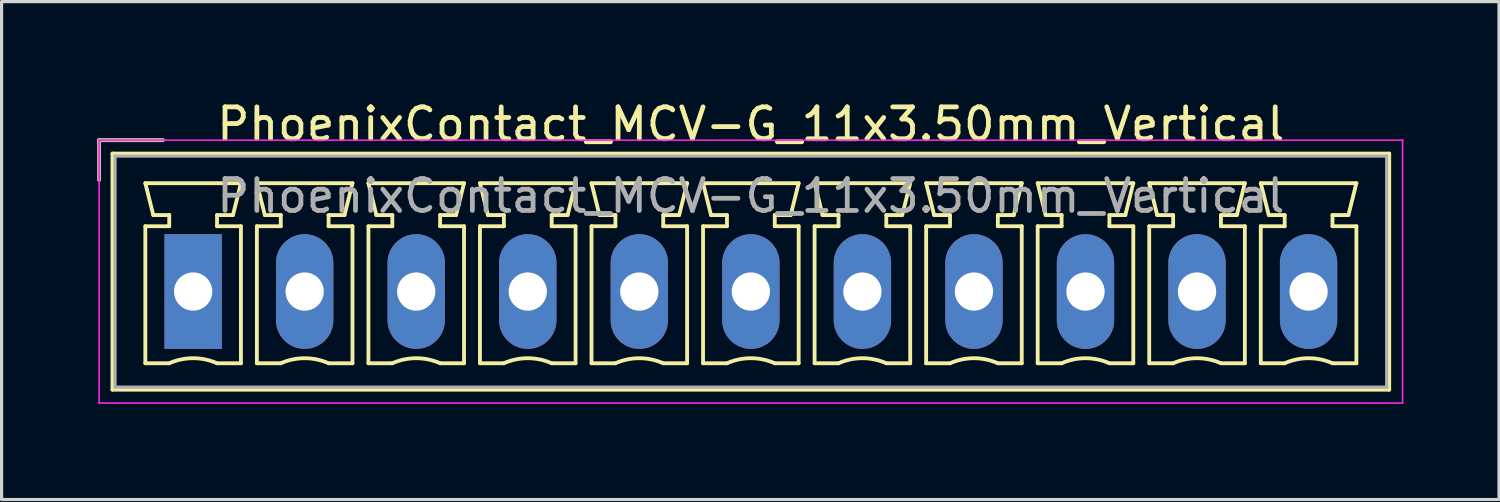
<source format=kicad_pcb>
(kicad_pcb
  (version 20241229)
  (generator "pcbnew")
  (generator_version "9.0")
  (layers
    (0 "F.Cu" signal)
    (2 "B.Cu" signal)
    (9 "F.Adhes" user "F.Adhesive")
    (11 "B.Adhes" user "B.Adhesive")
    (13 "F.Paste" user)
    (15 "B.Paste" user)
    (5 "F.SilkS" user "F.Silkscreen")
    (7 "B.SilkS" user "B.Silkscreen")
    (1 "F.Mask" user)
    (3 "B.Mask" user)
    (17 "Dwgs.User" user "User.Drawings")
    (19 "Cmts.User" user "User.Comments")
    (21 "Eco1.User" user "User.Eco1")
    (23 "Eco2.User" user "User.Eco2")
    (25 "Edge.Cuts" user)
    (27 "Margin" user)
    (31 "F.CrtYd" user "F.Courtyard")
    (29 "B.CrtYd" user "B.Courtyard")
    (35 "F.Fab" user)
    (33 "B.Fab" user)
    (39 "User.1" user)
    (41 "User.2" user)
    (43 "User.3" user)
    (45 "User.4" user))
  (footprint "PhoenixContact_MCV-G_11x3.50mm_Vertical"
    (layer "F.Cu")
    (at 3.01 6.098)
    (property "Reference" "PhoenixContact_MCV-G_11x3.50mm_Vertical" (at 17.5 -5.25 0) (layer "F.SilkS") (effects (font (size 1 1) (thickness 0.15))))
    (attr through_hole)
    (fp_line (start -2.95 -4.75) (end -0.95 -4.75) (stroke (width 0.12) (type solid)) (layer "F.SilkS"))
    (fp_line (start -2.95 -3.5) (end -2.95 -4.75) (stroke (width 0.12) (type solid)) (layer "F.SilkS"))
    (fp_line (start -2.53 -4.33) (end -2.53 3.08) (stroke (width 0.12) (type solid)) (layer "F.SilkS"))
    (fp_line (start -2.53 3.08) (end 37.53 3.08) (stroke (width 0.12) (type solid)) (layer "F.SilkS"))
    (fp_line (start -1.5 -3.4) (end 1.5 -3.4) (stroke (width 0.12) (type solid)) (layer "F.SilkS"))
    (fp_line (start -1.5 -2.05) (end -0.75 -2.05) (stroke (width 0.12) (type solid)) (layer "F.SilkS"))
    (fp_line (start -1.5 2.25) (end -1.5 -2.05) (stroke (width 0.12) (type solid)) (layer "F.SilkS"))
    (fp_line (start -1.25 -2.4) (end -1.5 -3.4) (stroke (width 0.12) (type solid)) (layer "F.SilkS"))
    (fp_line (start -0.75 -2.4) (end -1.25 -2.4) (stroke (width 0.12) (type solid)) (layer "F.SilkS"))
    (fp_line (start -0.75 -2.05) (end -0.75 -2.4) (stroke (width 0.12) (type solid)) (layer "F.SilkS"))
    (fp_line (start -0.75 2.25) (end -1.5 2.25) (stroke (width 0.12) (type solid)) (layer "F.SilkS"))
    (fp_line (start 0.75 -2.4) (end 0.75 -2.05) (stroke (width 0.12) (type solid)) (layer "F.SilkS"))
    (fp_line (start 0.75 -2.05) (end 1.5 -2.05) (stroke (width 0.12) (type solid)) (layer "F.SilkS"))
    (fp_line (start 1.25 -2.4) (end 0.75 -2.4) (stroke (width 0.12) (type solid)) (layer "F.SilkS"))
    (fp_line (start 1.5 -3.4) (end 1.25 -2.4) (stroke (width 0.12) (type solid)) (layer "F.SilkS"))
    (fp_line (start 1.5 -2.05) (end 1.5 2.25) (stroke (width 0.12) (type solid)) (layer "F.SilkS"))
    (fp_line (start 1.5 2.25) (end 0.75 2.25) (stroke (width 0.12) (type solid)) (layer "F.SilkS"))
    (fp_line (start 2 -3.4) (end 5 -3.4) (stroke (width 0.12) (type solid)) (layer "F.SilkS"))
    (fp_line (start 2 -2.05) (end 2.75 -2.05) (stroke (width 0.12) (type solid)) (layer "F.SilkS"))
    (fp_line (start 2 2.25) (end 2 -2.05) (stroke (width 0.12) (type solid)) (layer "F.SilkS"))
    (fp_line (start 2.25 -2.4) (end 2 -3.4) (stroke (width 0.12) (type solid)) (layer "F.SilkS"))
    (fp_line (start 2.75 -2.4) (end 2.25 -2.4) (stroke (width 0.12) (type solid)) (layer "F.SilkS"))
    (fp_line (start 2.75 -2.05) (end 2.75 -2.4) (stroke (width 0.12) (type solid)) (layer "F.SilkS"))
    (fp_line (start 2.75 2.25) (end 2 2.25) (stroke (width 0.12) (type solid)) (layer "F.SilkS"))
    (fp_line (start 4.25 -2.4) (end 4.25 -2.05) (stroke (width 0.12) (type solid)) (layer "F.SilkS"))
    (fp_line (start 4.25 -2.05) (end 5 -2.05) (stroke (width 0.12) (type solid)) (layer "F.SilkS"))
    (fp_line (start 4.75 -2.4) (end 4.25 -2.4) (stroke (width 0.12) (type solid)) (layer "F.SilkS"))
    (fp_line (start 5 -3.4) (end 4.75 -2.4) (stroke (width 0.12) (type solid)) (layer "F.SilkS"))
    (fp_line (start 5 -2.05) (end 5 2.25) (stroke (width 0.12) (type solid)) (layer "F.SilkS"))
    (fp_line (start 5 2.25) (end 4.25 2.25) (stroke (width 0.12) (type solid)) (layer "F.SilkS"))
    (fp_line (start 5.5 -3.4) (end 8.5 -3.4) (stroke (width 0.12) (type solid)) (layer "F.SilkS"))
    (fp_line (start 5.5 -2.05) (end 6.25 -2.05) (stroke (width 0.12) (type solid)) (layer "F.SilkS"))
    (fp_line (start 5.5 2.25) (end 5.5 -2.05) (stroke (width 0.12) (type solid)) (layer "F.SilkS"))
    (fp_line (start 5.75 -2.4) (end 5.5 -3.4) (stroke (width 0.12) (type solid)) (layer "F.SilkS"))
    (fp_line (start 6.25 -2.4) (end 5.75 -2.4) (stroke (width 0.12) (type solid)) (layer "F.SilkS"))
    (fp_line (start 6.25 -2.05) (end 6.25 -2.4) (stroke (width 0.12) (type solid)) (layer "F.SilkS"))
    (fp_line (start 6.25 2.25) (end 5.5 2.25) (stroke (width 0.12) (type solid)) (layer "F.SilkS"))
    (fp_line (start 7.75 -2.4) (end 7.75 -2.05) (stroke (width 0.12) (type solid)) (layer "F.SilkS"))
    (fp_line (start 7.75 -2.05) (end 8.5 -2.05) (stroke (width 0.12) (type solid)) (layer "F.SilkS"))
    (fp_line (start 8.25 -2.4) (end 7.75 -2.4) (stroke (width 0.12) (type solid)) (layer "F.SilkS"))
    (fp_line (start 8.5 -3.4) (end 8.25 -2.4) (stroke (width 0.12) (type solid)) (layer "F.SilkS"))
    (fp_line (start 8.5 -2.05) (end 8.5 2.25) (stroke (width 0.12) (type solid)) (layer "F.SilkS"))
    (fp_line (start 8.5 2.25) (end 7.75 2.25) (stroke (width 0.12) (type solid)) (layer "F.SilkS"))
    (fp_line (start 9 -3.4) (end 12 -3.4) (stroke (width 0.12) (type solid)) (layer "F.SilkS"))
    (fp_line (start 9 -2.05) (end 9.75 -2.05) (stroke (width 0.12) (type solid)) (layer "F.SilkS"))
    (fp_line (start 9 2.25) (end 9 -2.05) (stroke (width 0.12) (type solid)) (layer "F.SilkS"))
    (fp_line (start 9.25 -2.4) (end 9 -3.4) (stroke (width 0.12) (type solid)) (layer "F.SilkS"))
    (fp_line (start 9.75 -2.4) (end 9.25 -2.4) (stroke (width 0.12) (type solid)) (layer "F.SilkS"))
    (fp_line (start 9.75 -2.05) (end 9.75 -2.4) (stroke (width 0.12) (type solid)) (layer "F.SilkS"))
    (fp_line (start 9.75 2.25) (end 9 2.25) (stroke (width 0.12) (type solid)) (layer "F.SilkS"))
    (fp_line (start 11.25 -2.4) (end 11.25 -2.05) (stroke (width 0.12) (type solid)) (layer "F.SilkS"))
    (fp_line (start 11.25 -2.05) (end 12 -2.05) (stroke (width 0.12) (type solid)) (layer "F.SilkS"))
    (fp_line (start 11.75 -2.4) (end 11.25 -2.4) (stroke (width 0.12) (type solid)) (layer "F.SilkS"))
    (fp_line (start 12 -3.4) (end 11.75 -2.4) (stroke (width 0.12) (type solid)) (layer "F.SilkS"))
    (fp_line (start 12 -2.05) (end 12 2.25) (stroke (width 0.12) (type solid)) (layer "F.SilkS"))
    (fp_line (start 12 2.25) (end 11.25 2.25) (stroke (width 0.12) (type solid)) (layer "F.SilkS"))
    (fp_line (start 12.5 -3.4) (end 15.5 -3.4) (stroke (width 0.12) (type solid)) (layer "F.SilkS"))
    (fp_line (start 12.5 -2.05) (end 13.25 -2.05) (stroke (width 0.12) (type solid)) (layer "F.SilkS"))
    (fp_line (start 12.5 2.25) (end 12.5 -2.05) (stroke (width 0.12) (type solid)) (layer "F.SilkS"))
    (fp_line (start 12.75 -2.4) (end 12.5 -3.4) (stroke (width 0.12) (type solid)) (layer "F.SilkS"))
    (fp_line (start 13.25 -2.4) (end 12.75 -2.4) (stroke (width 0.12) (type solid)) (layer "F.SilkS"))
    (fp_line (start 13.25 -2.05) (end 13.25 -2.4) (stroke (width 0.12) (type solid)) (layer "F.SilkS"))
    (fp_line (start 13.25 2.25) (end 12.5 2.25) (stroke (width 0.12) (type solid)) (layer "F.SilkS"))
    (fp_line (start 14.75 -2.4) (end 14.75 -2.05) (stroke (width 0.12) (type solid)) (layer "F.SilkS"))
    (fp_line (start 14.75 -2.05) (end 15.5 -2.05) (stroke (width 0.12) (type solid)) (layer "F.SilkS"))
    (fp_line (start 15.25 -2.4) (end 14.75 -2.4) (stroke (width 0.12) (type solid)) (layer "F.SilkS"))
    (fp_line (start 15.5 -3.4) (end 15.25 -2.4) (stroke (width 0.12) (type solid)) (layer "F.SilkS"))
    (fp_line (start 15.5 -2.05) (end 15.5 2.25) (stroke (width 0.12) (type solid)) (layer "F.SilkS"))
    (fp_line (start 15.5 2.25) (end 14.75 2.25) (stroke (width 0.12) (type solid)) (layer "F.SilkS"))
    (fp_line (start 16 -3.4) (end 19 -3.4) (stroke (width 0.12) (type solid)) (layer "F.SilkS"))
    (fp_line (start 16 -2.05) (end 16.75 -2.05) (stroke (width 0.12) (type solid)) (layer "F.SilkS"))
    (fp_line (start 16 2.25) (end 16 -2.05) (stroke (width 0.12) (type solid)) (layer "F.SilkS"))
    (fp_line (start 16.25 -2.4) (end 16 -3.4) (stroke (width 0.12) (type solid)) (layer "F.SilkS"))
    (fp_line (start 16.75 -2.4) (end 16.25 -2.4) (stroke (width 0.12) (type solid)) (layer "F.SilkS"))
    (fp_line (start 16.75 -2.05) (end 16.75 -2.4) (stroke (width 0.12) (type solid)) (layer "F.SilkS"))
    (fp_line (start 16.75 2.25) (end 16 2.25) (stroke (width 0.12) (type solid)) (layer "F.SilkS"))
    (fp_line (start 18.25 -2.4) (end 18.25 -2.05) (stroke (width 0.12) (type solid)) (layer "F.SilkS"))
    (fp_line (start 18.25 -2.05) (end 19 -2.05) (stroke (width 0.12) (type solid)) (layer "F.SilkS"))
    (fp_line (start 18.75 -2.4) (end 18.25 -2.4) (stroke (width 0.12) (type solid)) (layer "F.SilkS"))
    (fp_line (start 19 -3.4) (end 18.75 -2.4) (stroke (width 0.12) (type solid)) (layer "F.SilkS"))
    (fp_line (start 19 -2.05) (end 19 2.25) (stroke (width 0.12) (type solid)) (layer "F.SilkS"))
    (fp_line (start 19 2.25) (end 18.25 2.25) (stroke (width 0.12) (type solid)) (layer "F.SilkS"))
    (fp_line (start 19.5 -3.4) (end 22.5 -3.4) (stroke (width 0.12) (type solid)) (layer "F.SilkS"))
    (fp_line (start 19.5 -2.05) (end 20.25 -2.05) (stroke (width 0.12) (type solid)) (layer "F.SilkS"))
    (fp_line (start 19.5 2.25) (end 19.5 -2.05) (stroke (width 0.12) (type solid)) (layer "F.SilkS"))
    (fp_line (start 19.75 -2.4) (end 19.5 -3.4) (stroke (width 0.12) (type solid)) (layer "F.SilkS"))
    (fp_line (start 20.25 -2.4) (end 19.75 -2.4) (stroke (width 0.12) (type solid)) (layer "F.SilkS"))
    (fp_line (start 20.25 -2.05) (end 20.25 -2.4) (stroke (width 0.12) (type solid)) (layer "F.SilkS"))
    (fp_line (start 20.25 2.25) (end 19.5 2.25) (stroke (width 0.12) (type solid)) (layer "F.SilkS"))
    (fp_line (start 21.75 -2.4) (end 21.75 -2.05) (stroke (width 0.12) (type solid)) (layer "F.SilkS"))
    (fp_line (start 21.75 -2.05) (end 22.5 -2.05) (stroke (width 0.12) (type solid)) (layer "F.SilkS"))
    (fp_line (start 22.25 -2.4) (end 21.75 -2.4) (stroke (width 0.12) (type solid)) (layer "F.SilkS"))
    (fp_line (start 22.5 -3.4) (end 22.25 -2.4) (stroke (width 0.12) (type solid)) (layer "F.SilkS"))
    (fp_line (start 22.5 -2.05) (end 22.5 2.25) (stroke (width 0.12) (type solid)) (layer "F.SilkS"))
    (fp_line (start 22.5 2.25) (end 21.75 2.25) (stroke (width 0.12) (type solid)) (layer "F.SilkS"))
    (fp_line (start 23 -3.4) (end 26 -3.4) (stroke (width 0.12) (type solid)) (layer "F.SilkS"))
    (fp_line (start 23 -2.05) (end 23.75 -2.05) (stroke (width 0.12) (type solid)) (layer "F.SilkS"))
    (fp_line (start 23 2.25) (end 23 -2.05) (stroke (width 0.12) (type solid)) (layer "F.SilkS"))
    (fp_line (start 23.25 -2.4) (end 23 -3.4) (stroke (width 0.12) (type solid)) (layer "F.SilkS"))
    (fp_line (start 23.75 -2.4) (end 23.25 -2.4) (stroke (width 0.12) (type solid)) (layer "F.SilkS"))
    (fp_line (start 23.75 -2.05) (end 23.75 -2.4) (stroke (width 0.12) (type solid)) (layer "F.SilkS"))
    (fp_line (start 23.75 2.25) (end 23 2.25) (stroke (width 0.12) (type solid)) (layer "F.SilkS"))
    (fp_line (start 25.25 -2.4) (end 25.25 -2.05) (stroke (width 0.12) (type solid)) (layer "F.SilkS"))
    (fp_line (start 25.25 -2.05) (end 26 -2.05) (stroke (width 0.12) (type solid)) (layer "F.SilkS"))
    (fp_line (start 25.75 -2.4) (end 25.25 -2.4) (stroke (width 0.12) (type solid)) (layer "F.SilkS"))
    (fp_line (start 26 -3.4) (end 25.75 -2.4) (stroke (width 0.12) (type solid)) (layer "F.SilkS"))
    (fp_line (start 26 -2.05) (end 26 2.25) (stroke (width 0.12) (type solid)) (layer "F.SilkS"))
    (fp_line (start 26 2.25) (end 25.25 2.25) (stroke (width 0.12) (type solid)) (layer "F.SilkS"))
    (fp_line (start 26.5 -3.4) (end 29.5 -3.4) (stroke (width 0.12) (type solid)) (layer "F.SilkS"))
    (fp_line (start 26.5 -2.05) (end 27.25 -2.05) (stroke (width 0.12) (type solid)) (layer "F.SilkS"))
    (fp_line (start 26.5 2.25) (end 26.5 -2.05) (stroke (width 0.12) (type solid)) (layer "F.SilkS"))
    (fp_line (start 26.75 -2.4) (end 26.5 -3.4) (stroke (width 0.12) (type solid)) (layer "F.SilkS"))
    (fp_line (start 27.25 -2.4) (end 26.75 -2.4) (stroke (width 0.12) (type solid)) (layer "F.SilkS"))
    (fp_line (start 27.25 -2.05) (end 27.25 -2.4) (stroke (width 0.12) (type solid)) (layer "F.SilkS"))
    (fp_line (start 27.25 2.25) (end 26.5 2.25) (stroke (width 0.12) (type solid)) (layer "F.SilkS"))
    (fp_line (start 28.75 -2.4) (end 28.75 -2.05) (stroke (width 0.12) (type solid)) (layer "F.SilkS"))
    (fp_line (start 28.75 -2.05) (end 29.5 -2.05) (stroke (width 0.12) (type solid)) (layer "F.SilkS"))
    (fp_line (start 29.25 -2.4) (end 28.75 -2.4) (stroke (width 0.12) (type solid)) (layer "F.SilkS"))
    (fp_line (start 29.5 -3.4) (end 29.25 -2.4) (stroke (width 0.12) (type solid)) (layer "F.SilkS"))
    (fp_line (start 29.5 -2.05) (end 29.5 2.25) (stroke (width 0.12) (type solid)) (layer "F.SilkS"))
    (fp_line (start 29.5 2.25) (end 28.75 2.25) (stroke (width 0.12) (type solid)) (layer "F.SilkS"))
    (fp_line (start 30 -3.4) (end 33 -3.4) (stroke (width 0.12) (type solid)) (layer "F.SilkS"))
    (fp_line (start 30 -2.05) (end 30.75 -2.05) (stroke (width 0.12) (type solid)) (layer "F.SilkS"))
    (fp_line (start 30 2.25) (end 30 -2.05) (stroke (width 0.12) (type solid)) (layer "F.SilkS"))
    (fp_line (start 30.25 -2.4) (end 30 -3.4) (stroke (width 0.12) (type solid)) (layer "F.SilkS"))
    (fp_line (start 30.75 -2.4) (end 30.25 -2.4) (stroke (width 0.12) (type solid)) (layer "F.SilkS"))
    (fp_line (start 30.75 -2.05) (end 30.75 -2.4) (stroke (width 0.12) (type solid)) (layer "F.SilkS"))
    (fp_line (start 30.75 2.25) (end 30 2.25) (stroke (width 0.12) (type solid)) (layer "F.SilkS"))
    (fp_line (start 32.25 -2.4) (end 32.25 -2.05) (stroke (width 0.12) (type solid)) (layer "F.SilkS"))
    (fp_line (start 32.25 -2.05) (end 33 -2.05) (stroke (width 0.12) (type solid)) (layer "F.SilkS"))
    (fp_line (start 32.75 -2.4) (end 32.25 -2.4) (stroke (width 0.12) (type solid)) (layer "F.SilkS"))
    (fp_line (start 33 -3.4) (end 32.75 -2.4) (stroke (width 0.12) (type solid)) (layer "F.SilkS"))
    (fp_line (start 33 -2.05) (end 33 2.25) (stroke (width 0.12) (type solid)) (layer "F.SilkS"))
    (fp_line (start 33 2.25) (end 32.25 2.25) (stroke (width 0.12) (type solid)) (layer "F.SilkS"))
    (fp_line (start 33.5 -3.4) (end 36.5 -3.4) (stroke (width 0.12) (type solid)) (layer "F.SilkS"))
    (fp_line (start 33.5 -2.05) (end 34.25 -2.05) (stroke (width 0.12) (type solid)) (layer "F.SilkS"))
    (fp_line (start 33.5 2.25) (end 33.5 -2.05) (stroke (width 0.12) (type solid)) (layer "F.SilkS"))
    (fp_line (start 33.75 -2.4) (end 33.5 -3.4) (stroke (width 0.12) (type solid)) (layer "F.SilkS"))
    (fp_line (start 34.25 -2.4) (end 33.75 -2.4) (stroke (width 0.12) (type solid)) (layer "F.SilkS"))
    (fp_line (start 34.25 -2.05) (end 34.25 -2.4) (stroke (width 0.12) (type solid)) (layer "F.SilkS"))
    (fp_line (start 34.25 2.25) (end 33.5 2.25) (stroke (width 0.12) (type solid)) (layer "F.SilkS"))
    (fp_line (start 35.75 -2.4) (end 35.75 -2.05) (stroke (width 0.12) (type solid)) (layer "F.SilkS"))
    (fp_line (start 35.75 -2.05) (end 36.5 -2.05) (stroke (width 0.12) (type solid)) (layer "F.SilkS"))
    (fp_line (start 36.25 -2.4) (end 35.75 -2.4) (stroke (width 0.12) (type solid)) (layer "F.SilkS"))
    (fp_line (start 36.5 -3.4) (end 36.25 -2.4) (stroke (width 0.12) (type solid)) (layer "F.SilkS"))
    (fp_line (start 36.5 -2.05) (end 36.5 2.25) (stroke (width 0.12) (type solid)) (layer "F.SilkS"))
    (fp_line (start 36.5 2.25) (end 35.75 2.25) (stroke (width 0.12) (type solid)) (layer "F.SilkS"))
    (fp_line (start 37.53 -4.33) (end -2.53 -4.33) (stroke (width 0.12) (type solid)) (layer "F.SilkS"))
    (fp_line (start 37.53 3.08) (end 37.53 -4.33) (stroke (width 0.12) (type solid)) (layer "F.SilkS"))
    (fp_arc (start -0.75 2.25) (mid -0.000193 2.09191) (end 0.749647 2.249844) (stroke (width 0.12) (type solid)) (layer "F.SilkS"))
    (fp_arc (start 2.75 2.25) (mid 3.499807 2.09191) (end 4.249647 2.249844) (stroke (width 0.12) (type solid)) (layer "F.SilkS"))
    (fp_arc (start 6.25 2.25) (mid 6.999807 2.09191) (end 7.749647 2.249844) (stroke (width 0.12) (type solid)) (layer "F.SilkS"))
    (fp_arc (start 9.75 2.25) (mid 10.499807 2.09191) (end 11.249647 2.249844) (stroke (width 0.12) (type solid)) (layer "F.SilkS"))
    (fp_arc (start 13.25 2.25) (mid 13.999807 2.09191) (end 14.749647 2.249844) (stroke (width 0.12) (type solid)) (layer "F.SilkS"))
    (fp_arc (start 16.75 2.25) (mid 17.499807 2.09191) (end 18.249647 2.249844) (stroke (width 0.12) (type solid)) (layer "F.SilkS"))
    (fp_arc (start 20.25 2.25) (mid 20.999807 2.09191) (end 21.749647 2.249844) (stroke (width 0.12) (type solid)) (layer "F.SilkS"))
    (fp_arc (start 23.75 2.25) (mid 24.499807 2.09191) (end 25.249647 2.249844) (stroke (width 0.12) (type solid)) (layer "F.SilkS"))
    (fp_arc (start 27.25 2.25) (mid 27.999807 2.09191) (end 28.749647 2.249844) (stroke (width 0.12) (type solid)) (layer "F.SilkS"))
    (fp_arc (start 30.75 2.25) (mid 31.499807 2.09191) (end 32.249647 2.249844) (stroke (width 0.12) (type solid)) (layer "F.SilkS"))
    (fp_arc (start 34.25 2.25) (mid 34.999807 2.09191) (end 35.749647 2.249844) (stroke (width 0.12) (type solid)) (layer "F.SilkS"))
    (fp_line (start -2.95 -4.75) (end -2.95 3.5) (stroke (width 0.05) (type solid)) (layer "F.CrtYd"))
    (fp_line (start -2.95 3.5) (end 37.95 3.5) (stroke (width 0.05) (type solid)) (layer "F.CrtYd"))
    (fp_line (start 37.95 -4.75) (end -2.95 -4.75) (stroke (width 0.05) (type solid)) (layer "F.CrtYd"))
    (fp_line (start 37.95 3.5) (end 37.95 -4.75) (stroke (width 0.05) (type solid)) (layer "F.CrtYd"))
    (fp_line (start -2.95 -4.75) (end -0.95 -4.75) (stroke (width 0.1) (type solid)) (layer "F.Fab"))
    (fp_line (start -2.95 -3.5) (end -2.95 -4.75) (stroke (width 0.1) (type solid)) (layer "F.Fab"))
    (fp_line (start -2.45 -4.25) (end -2.45 3) (stroke (width 0.1) (type solid)) (layer "F.Fab"))
    (fp_line (start -2.45 3) (end 37.45 3) (stroke (width 0.1) (type solid)) (layer "F.Fab"))
    (fp_line (start 37.45 -4.25) (end -2.45 -4.25) (stroke (width 0.1) (type solid)) (layer "F.Fab"))
    (fp_line (start 37.45 3) (end 37.45 -4.25) (stroke (width 0.1) (type solid)) (layer "F.Fab"))
    (fp_text user "${REFERENCE}" (at 17.5 -3 0) (layer "F.Fab") (effects (font (size 1 1) (thickness 0.15))))
    (pad "1" thru_hole rect (at 0 0) (size 1.8 3.6) (drill 1.2) (layers "*.Cu" "*.Mask"))
    (pad "2" thru_hole oval (at 3.5 0) (size 1.8 3.6) (drill 1.2) (layers "*.Cu" "*.Mask"))
    (pad "3" thru_hole oval (at 7 0) (size 1.8 3.6) (drill 1.2) (layers "*.Cu" "*.Mask"))
    (pad "4" thru_hole oval (at 10.5 0) (size 1.8 3.6) (drill 1.2) (layers "*.Cu" "*.Mask"))
    (pad "5" thru_hole oval (at 14 0) (size 1.8 3.6) (drill 1.2) (layers "*.Cu" "*.Mask"))
    (pad "6" thru_hole oval (at 17.5 0) (size 1.8 3.6) (drill 1.2) (layers "*.Cu" "*.Mask"))
    (pad "7" thru_hole oval (at 21 0) (size 1.8 3.6) (drill 1.2) (layers "*.Cu" "*.Mask"))
    (pad "8" thru_hole oval (at 24.5 0) (size 1.8 3.6) (drill 1.2) (layers "*.Cu" "*.Mask"))
    (pad "9" thru_hole oval (at 28 0) (size 1.8 3.6) (drill 1.2) (layers "*.Cu" "*.Mask"))
    (pad "10" thru_hole oval (at 31.5 0) (size 1.8 3.6) (drill 1.2) (layers "*.Cu" "*.Mask"))
    (pad "11" thru_hole oval (at 35 0) (size 1.8 3.6) (drill 1.2) (layers "*.Cu" "*.Mask")))
  (gr_rect
    (start -3 -3)
    (end 43.985 12.623)
    (stroke (width 0.1) (type default))
    (fill no)
    (layer "Edge.Cuts")))
</source>
